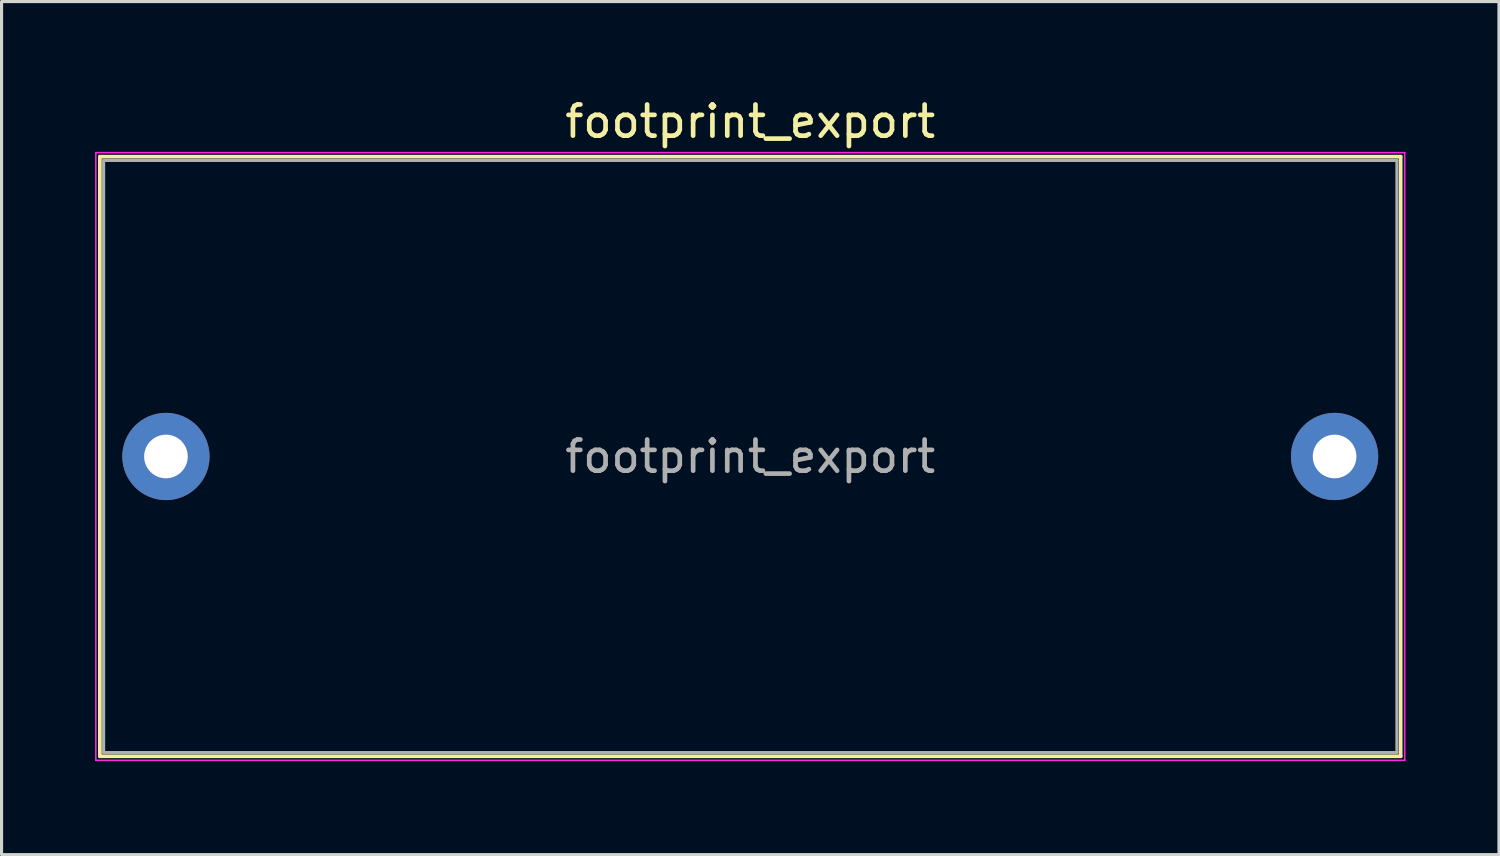
<source format=kicad_pcb>
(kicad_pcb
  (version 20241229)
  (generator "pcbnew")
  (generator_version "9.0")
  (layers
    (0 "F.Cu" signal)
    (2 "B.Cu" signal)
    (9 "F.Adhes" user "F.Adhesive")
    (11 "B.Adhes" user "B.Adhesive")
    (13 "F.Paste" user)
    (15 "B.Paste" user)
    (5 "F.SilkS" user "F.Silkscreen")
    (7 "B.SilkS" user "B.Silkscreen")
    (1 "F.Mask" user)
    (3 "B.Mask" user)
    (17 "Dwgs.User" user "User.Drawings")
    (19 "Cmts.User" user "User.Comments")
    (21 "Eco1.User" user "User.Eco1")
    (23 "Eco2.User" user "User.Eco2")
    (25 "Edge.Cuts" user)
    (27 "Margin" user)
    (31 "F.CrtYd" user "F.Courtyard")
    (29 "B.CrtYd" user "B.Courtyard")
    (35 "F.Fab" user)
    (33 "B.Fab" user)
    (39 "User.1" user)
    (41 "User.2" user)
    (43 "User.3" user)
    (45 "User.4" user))
  (footprint "footprint_export"
    (layer "F.Cu")
    (at 2.275 11.598)
    (property "Reference" "footprint_export" (at 18.75 -10.75 0) (layer "F.SilkS") (effects (font (size 1 1) (thickness 0.15))))
    (attr through_hole)
    (fp_line (start -2.12 -9.62) (end -2.12 9.62) (stroke (width 0.12) (type solid)) (layer "F.SilkS"))
    (fp_line (start -2.12 -9.62) (end 39.62 -9.62) (stroke (width 0.12) (type solid)) (layer "F.SilkS"))
    (fp_line (start -2.12 9.62) (end 39.62 9.62) (stroke (width 0.12) (type solid)) (layer "F.SilkS"))
    (fp_line (start 39.62 -9.62) (end 39.62 9.62) (stroke (width 0.12) (type solid)) (layer "F.SilkS"))
    (fp_line (start -2.25 -9.75) (end -2.25 9.75) (stroke (width 0.05) (type solid)) (layer "F.CrtYd"))
    (fp_line (start -2.25 9.75) (end 39.75 9.75) (stroke (width 0.05) (type solid)) (layer "F.CrtYd"))
    (fp_line (start 39.75 -9.75) (end -2.25 -9.75) (stroke (width 0.05) (type solid)) (layer "F.CrtYd"))
    (fp_line (start 39.75 9.75) (end 39.75 -9.75) (stroke (width 0.05) (type solid)) (layer "F.CrtYd"))
    (fp_line (start -2 -9.5) (end -2 9.5) (stroke (width 0.1) (type solid)) (layer "F.Fab"))
    (fp_line (start -2 9.5) (end 39.5 9.5) (stroke (width 0.1) (type solid)) (layer "F.Fab"))
    (fp_line (start 39.5 -9.5) (end -2 -9.5) (stroke (width 0.1) (type solid)) (layer "F.Fab"))
    (fp_line (start 39.5 9.5) (end 39.5 -9.5) (stroke (width 0.1) (type solid)) (layer "F.Fab"))
    (fp_text user "${REFERENCE}" (at 18.75 0 0) (layer "F.Fab") (effects (font (size 1 1) (thickness 0.15))))
    (pad "1" thru_hole circle (at 0 0) (size 2.8 2.8) (drill 1.4) (layers "*.Cu" "*.Mask"))
    (pad "2" thru_hole circle (at 37.5 0) (size 2.8 2.8) (drill 1.4) (layers "*.Cu" "*.Mask")))
  (gr_rect
    (start -3 -3)
    (end 45.05 24.373)
    (stroke (width 0.1) (type default))
    (fill no)
    (layer "Edge.Cuts")))
</source>
